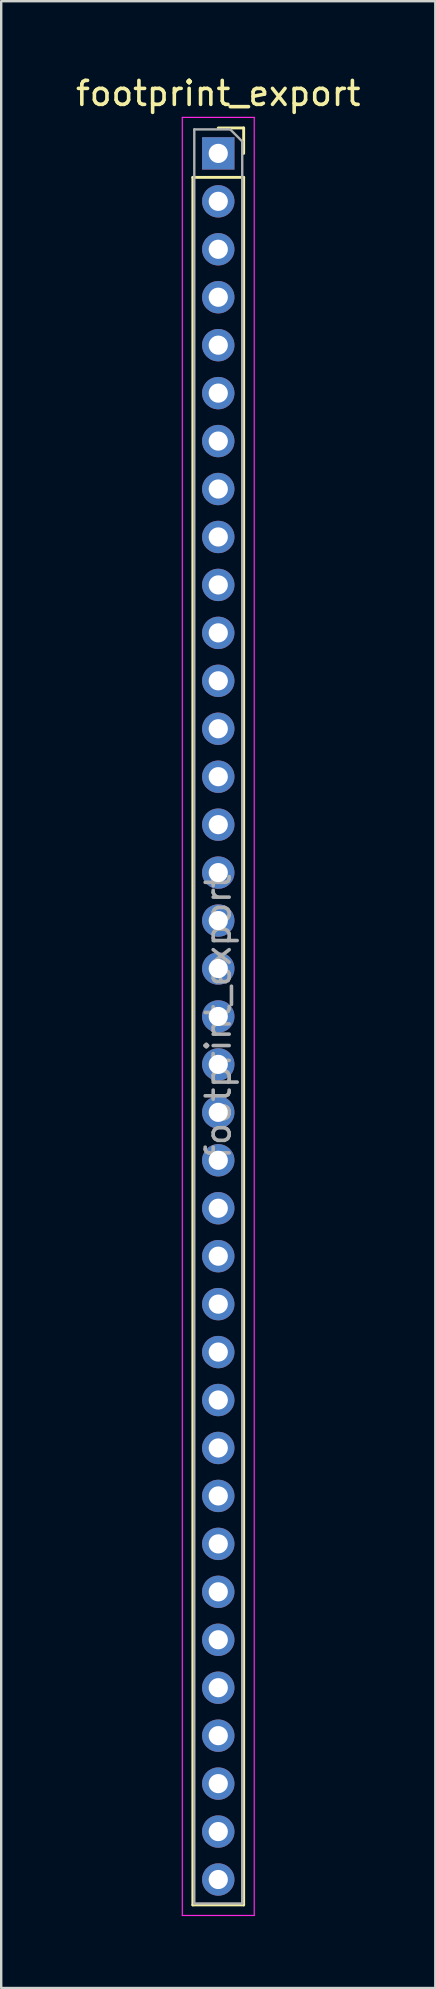
<source format=kicad_pcb>
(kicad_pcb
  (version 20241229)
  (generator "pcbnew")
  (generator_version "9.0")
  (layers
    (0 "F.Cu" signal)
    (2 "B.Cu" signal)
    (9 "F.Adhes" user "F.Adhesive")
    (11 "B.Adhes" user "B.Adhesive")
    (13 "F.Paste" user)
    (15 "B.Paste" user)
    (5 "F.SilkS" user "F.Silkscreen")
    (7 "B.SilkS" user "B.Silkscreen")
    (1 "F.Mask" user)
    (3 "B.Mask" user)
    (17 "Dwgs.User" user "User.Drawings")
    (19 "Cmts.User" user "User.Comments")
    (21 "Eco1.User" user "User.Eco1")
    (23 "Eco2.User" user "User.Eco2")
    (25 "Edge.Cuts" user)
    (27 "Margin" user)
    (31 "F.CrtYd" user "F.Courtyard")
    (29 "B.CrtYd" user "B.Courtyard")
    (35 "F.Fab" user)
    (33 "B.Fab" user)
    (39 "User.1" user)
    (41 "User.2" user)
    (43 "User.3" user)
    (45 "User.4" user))
  (footprint "footprint_export"
    (layer "F.Cu")
    (at 6.054 3.348)
    (property "Reference" "footprint_export" (at 0 -2.5 0) (layer "F.SilkS") (effects (font (size 1 1) (thickness 0.15))))
    (attr through_hole)
    (fp_line (start -1.06 1) (end -1.06 73.06) (stroke (width 0.12) (type solid)) (layer "F.SilkS"))
    (fp_line (start -1.06 1) (end 1.06 1) (stroke (width 0.12) (type solid)) (layer "F.SilkS"))
    (fp_line (start -1.06 73.06) (end 1.06 73.06) (stroke (width 0.12) (type solid)) (layer "F.SilkS"))
    (fp_line (start 0 -1.06) (end 1.06 -1.06) (stroke (width 0.12) (type solid)) (layer "F.SilkS"))
    (fp_line (start 1.06 -1.06) (end 1.06 0) (stroke (width 0.12) (type solid)) (layer "F.SilkS"))
    (fp_line (start 1.06 1) (end 1.06 73.06) (stroke (width 0.12) (type solid)) (layer "F.SilkS"))
    (fp_line (start -1.5 -1.5) (end 1.5 -1.5) (stroke (width 0.05) (type solid)) (layer "F.CrtYd"))
    (fp_line (start -1.5 73.5) (end -1.5 -1.5) (stroke (width 0.05) (type solid)) (layer "F.CrtYd"))
    (fp_line (start 1.5 -1.5) (end 1.5 73.5) (stroke (width 0.05) (type solid)) (layer "F.CrtYd"))
    (fp_line (start 1.5 73.5) (end -1.5 73.5) (stroke (width 0.05) (type solid)) (layer "F.CrtYd"))
    (fp_line (start -1 -1) (end 0.5 -1) (stroke (width 0.1) (type solid)) (layer "F.Fab"))
    (fp_line (start -1 73) (end -1 -1) (stroke (width 0.1) (type solid)) (layer "F.Fab"))
    (fp_line (start 0.5 -1) (end 1 -0.5) (stroke (width 0.1) (type solid)) (layer "F.Fab"))
    (fp_line (start 1 -0.5) (end 1 73) (stroke (width 0.1) (type solid)) (layer "F.Fab"))
    (fp_line (start 1 73) (end -1 73) (stroke (width 0.1) (type solid)) (layer "F.Fab"))
    (fp_text user "${REFERENCE}" (at 0 36 90) (layer "F.Fab") (effects (font (size 1 1) (thickness 0.15))))
    (pad "1" thru_hole rect (at 0 0) (size 1.35 1.35) (drill 0.8) (layers "*.Cu" "*.Mask"))
    (pad "2" thru_hole oval (at 0 2) (size 1.35 1.35) (drill 0.8) (layers "*.Cu" "*.Mask"))
    (pad "3" thru_hole oval (at 0 4) (size 1.35 1.35) (drill 0.8) (layers "*.Cu" "*.Mask"))
    (pad "4" thru_hole oval (at 0 6) (size 1.35 1.35) (drill 0.8) (layers "*.Cu" "*.Mask"))
    (pad "5" thru_hole oval (at 0 8) (size 1.35 1.35) (drill 0.8) (layers "*.Cu" "*.Mask"))
    (pad "6" thru_hole oval (at 0 10) (size 1.35 1.35) (drill 0.8) (layers "*.Cu" "*.Mask"))
    (pad "7" thru_hole oval (at 0 12) (size 1.35 1.35) (drill 0.8) (layers "*.Cu" "*.Mask"))
    (pad "8" thru_hole oval (at 0 14) (size 1.35 1.35) (drill 0.8) (layers "*.Cu" "*.Mask"))
    (pad "9" thru_hole oval (at 0 16) (size 1.35 1.35) (drill 0.8) (layers "*.Cu" "*.Mask"))
    (pad "10" thru_hole oval (at 0 18) (size 1.35 1.35) (drill 0.8) (layers "*.Cu" "*.Mask"))
    (pad "11" thru_hole oval (at 0 20) (size 1.35 1.35) (drill 0.8) (layers "*.Cu" "*.Mask"))
    (pad "12" thru_hole oval (at 0 22) (size 1.35 1.35) (drill 0.8) (layers "*.Cu" "*.Mask"))
    (pad "13" thru_hole oval (at 0 24) (size 1.35 1.35) (drill 0.8) (layers "*.Cu" "*.Mask"))
    (pad "14" thru_hole oval (at 0 26) (size 1.35 1.35) (drill 0.8) (layers "*.Cu" "*.Mask"))
    (pad "15" thru_hole oval (at 0 28) (size 1.35 1.35) (drill 0.8) (layers "*.Cu" "*.Mask"))
    (pad "16" thru_hole oval (at 0 30) (size 1.35 1.35) (drill 0.8) (layers "*.Cu" "*.Mask"))
    (pad "17" thru_hole oval (at 0 32) (size 1.35 1.35) (drill 0.8) (layers "*.Cu" "*.Mask"))
    (pad "18" thru_hole oval (at 0 34) (size 1.35 1.35) (drill 0.8) (layers "*.Cu" "*.Mask"))
    (pad "19" thru_hole oval (at 0 36) (size 1.35 1.35) (drill 0.8) (layers "*.Cu" "*.Mask"))
    (pad "20" thru_hole oval (at 0 38) (size 1.35 1.35) (drill 0.8) (layers "*.Cu" "*.Mask"))
    (pad "21" thru_hole oval (at 0 40) (size 1.35 1.35) (drill 0.8) (layers "*.Cu" "*.Mask"))
    (pad "22" thru_hole oval (at 0 42) (size 1.35 1.35) (drill 0.8) (layers "*.Cu" "*.Mask"))
    (pad "23" thru_hole oval (at 0 44) (size 1.35 1.35) (drill 0.8) (layers "*.Cu" "*.Mask"))
    (pad "24" thru_hole oval (at 0 46) (size 1.35 1.35) (drill 0.8) (layers "*.Cu" "*.Mask"))
    (pad "25" thru_hole oval (at 0 48) (size 1.35 1.35) (drill 0.8) (layers "*.Cu" "*.Mask"))
    (pad "26" thru_hole oval (at 0 50) (size 1.35 1.35) (drill 0.8) (layers "*.Cu" "*.Mask"))
    (pad "27" thru_hole oval (at 0 52) (size 1.35 1.35) (drill 0.8) (layers "*.Cu" "*.Mask"))
    (pad "28" thru_hole oval (at 0 54) (size 1.35 1.35) (drill 0.8) (layers "*.Cu" "*.Mask"))
    (pad "29" thru_hole oval (at 0 56) (size 1.35 1.35) (drill 0.8) (layers "*.Cu" "*.Mask"))
    (pad "30" thru_hole oval (at 0 58) (size 1.35 1.35) (drill 0.8) (layers "*.Cu" "*.Mask"))
    (pad "31" thru_hole oval (at 0 60) (size 1.35 1.35) (drill 0.8) (layers "*.Cu" "*.Mask"))
    (pad "32" thru_hole oval (at 0 62) (size 1.35 1.35) (drill 0.8) (layers "*.Cu" "*.Mask"))
    (pad "33" thru_hole oval (at 0 64) (size 1.35 1.35) (drill 0.8) (layers "*.Cu" "*.Mask"))
    (pad "34" thru_hole oval (at 0 66) (size 1.35 1.35) (drill 0.8) (layers "*.Cu" "*.Mask"))
    (pad "35" thru_hole oval (at 0 68) (size 1.35 1.35) (drill 0.8) (layers "*.Cu" "*.Mask"))
    (pad "36" thru_hole oval (at 0 70) (size 1.35 1.35) (drill 0.8) (layers "*.Cu" "*.Mask"))
    (pad "37" thru_hole oval (at 0 72) (size 1.35 1.35) (drill 0.8) (layers "*.Cu" "*.Mask")))
  (gr_rect
    (start -3 -3)
    (end 15.107 79.873)
    (stroke (width 0.1) (type default))
    (fill no)
    (layer "Edge.Cuts")))
</source>
